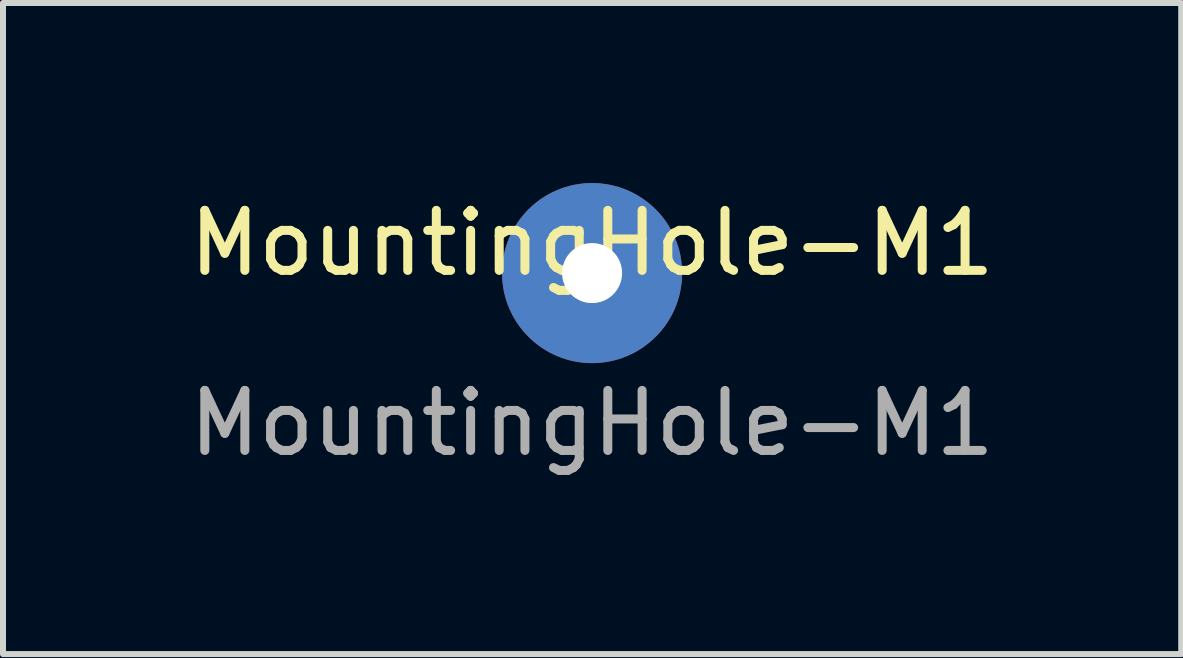
<source format=kicad_pcb>
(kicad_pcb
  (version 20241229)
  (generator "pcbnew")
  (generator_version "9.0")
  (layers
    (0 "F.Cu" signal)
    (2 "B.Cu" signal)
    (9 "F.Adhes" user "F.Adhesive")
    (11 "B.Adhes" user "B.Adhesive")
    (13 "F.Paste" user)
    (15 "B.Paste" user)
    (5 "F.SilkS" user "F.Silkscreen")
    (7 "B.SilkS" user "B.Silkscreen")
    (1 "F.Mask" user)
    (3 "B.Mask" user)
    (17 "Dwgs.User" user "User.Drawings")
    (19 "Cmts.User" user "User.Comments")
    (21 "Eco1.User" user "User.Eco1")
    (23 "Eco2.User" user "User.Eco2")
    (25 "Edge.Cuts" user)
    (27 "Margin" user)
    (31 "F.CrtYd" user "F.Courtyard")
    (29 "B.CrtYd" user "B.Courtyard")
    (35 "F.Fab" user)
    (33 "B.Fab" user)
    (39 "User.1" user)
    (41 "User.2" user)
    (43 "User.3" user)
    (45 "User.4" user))
  (footprint "MountingHole-M1"
    (layer "F.Cu")
    (at 6.815 1.5)
    (property "Reference" "MountingHole-M1" (at 0 -0.5 0) (unlocked yes) (layer "F.SilkS") (effects (font (size 1 1) (thickness 0.15))))
    (attr smd)
    (fp_text user "${REFERENCE}" (at 0 2.5 0) (unlocked yes) (layer "F.Fab") (effects (font (size 1 1) (thickness 0.15))))
    (pad "1" thru_hole circle (at 0 0) (size 3 3) (drill 1) (layers "*.Cu" "*.Mask")))
  (gr_rect
    (start -3 -3)
    (end 16.631 7.848)
    (stroke (width 0.1) (type default))
    (fill no)
    (layer "Edge.Cuts")))
</source>
